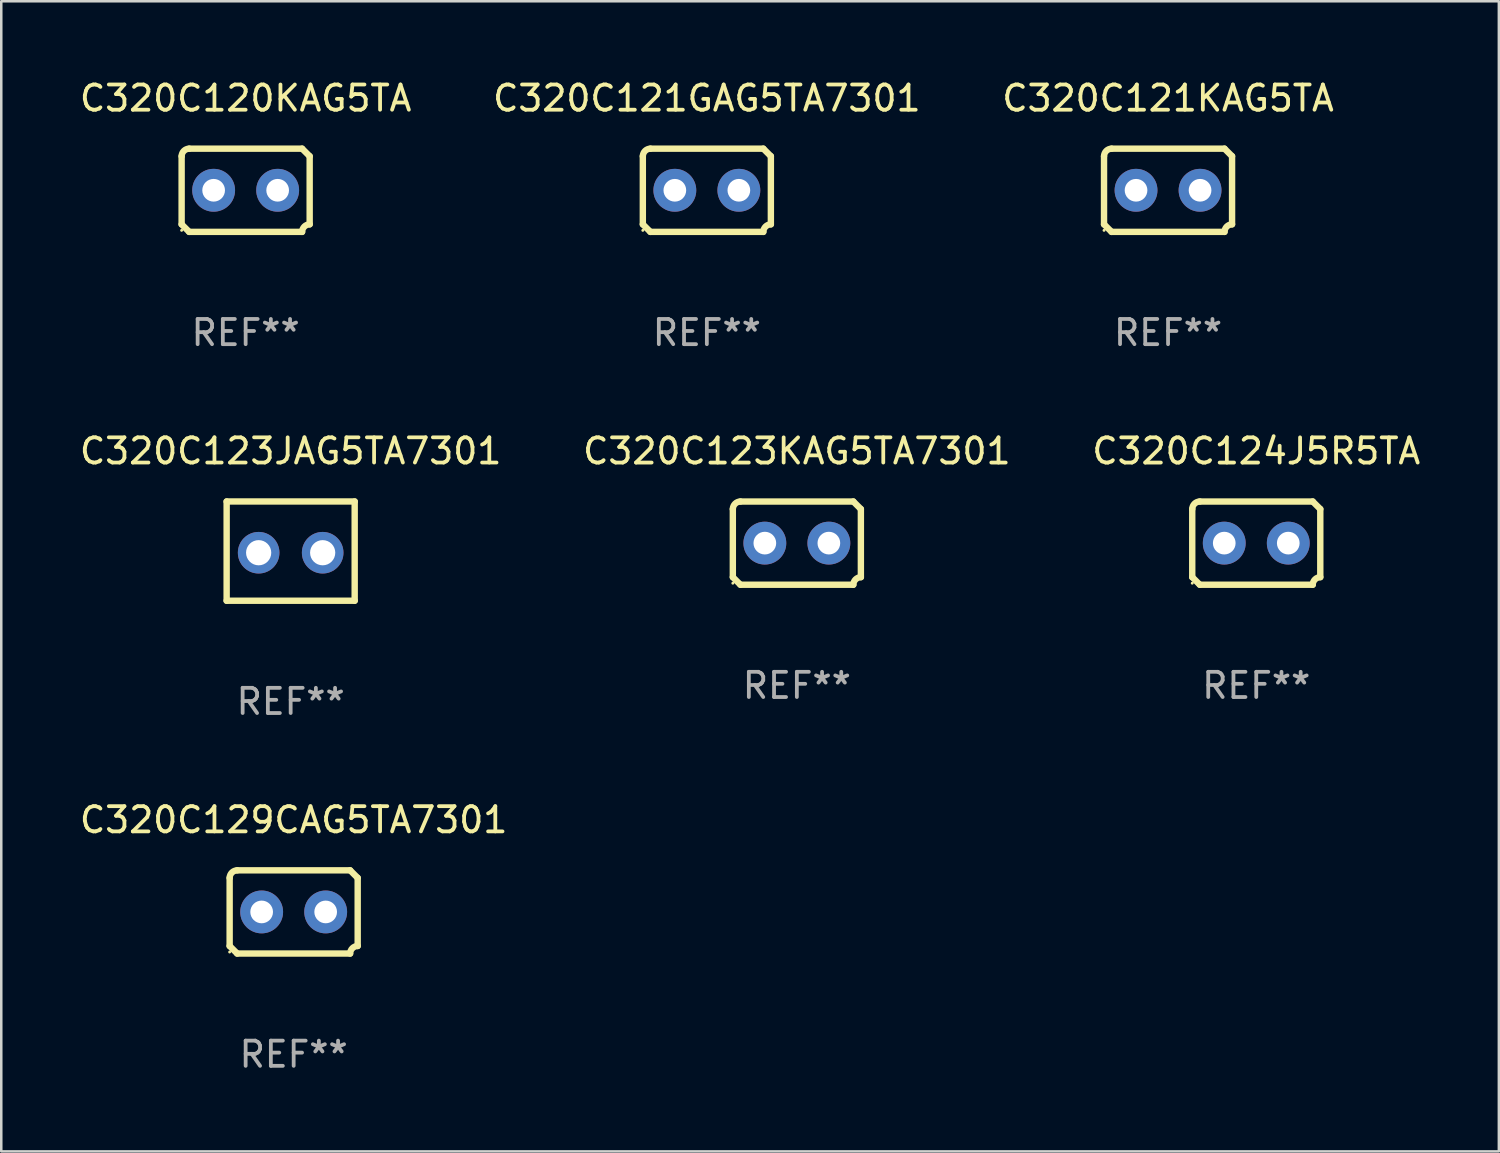
<source format=kicad_pcb>
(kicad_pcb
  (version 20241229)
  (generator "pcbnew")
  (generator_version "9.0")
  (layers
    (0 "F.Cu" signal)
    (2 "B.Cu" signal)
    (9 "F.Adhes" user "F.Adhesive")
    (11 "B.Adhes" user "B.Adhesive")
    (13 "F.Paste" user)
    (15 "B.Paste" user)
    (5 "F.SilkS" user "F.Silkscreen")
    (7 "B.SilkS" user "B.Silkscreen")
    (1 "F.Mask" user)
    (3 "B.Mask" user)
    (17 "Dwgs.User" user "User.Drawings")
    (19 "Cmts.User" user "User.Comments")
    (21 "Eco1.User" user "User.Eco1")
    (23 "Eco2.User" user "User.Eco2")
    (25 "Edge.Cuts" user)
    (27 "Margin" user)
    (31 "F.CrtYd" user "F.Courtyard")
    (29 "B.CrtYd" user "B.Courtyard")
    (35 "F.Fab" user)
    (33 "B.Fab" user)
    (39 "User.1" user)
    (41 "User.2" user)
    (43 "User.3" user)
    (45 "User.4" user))
  (footprint "C320C123JAG5TA7301"
    (layer "F.Cu")
    (at 8.482 18.815)
    (property "Reference" "C320C123JAG5TA7301" (at 0 -3.969 0) (layer "F.SilkS") (effects (font (size 1 1) (thickness 0.15))))
    (attr through_hole)
    (fp_line (start -2.54 -1.969) (end -2.54 1.969) (stroke (width 0.254) (type solid)) (layer "F.SilkS"))
    (fp_line (start -2.54 1.969) (end 2.54 1.969) (stroke (width 0.254) (type solid)) (layer "F.SilkS"))
    (fp_line (start 2.54 -1.969) (end -2.54 -1.969) (stroke (width 0.254) (type solid)) (layer "F.SilkS"))
    (fp_line (start 2.54 1.969) (end 2.54 -1.969) (stroke (width 0.254) (type solid)) (layer "F.SilkS"))
    (fp_circle (center -2.55 1.963) (end -2.52 1.963) (stroke (width 0.06) (type solid)) (fill no) (layer "F.SilkS"))
    (fp_text user "REF**" (at 0 5.969 0) (layer "F.Fab") (effects (font (size 1 1) (thickness 0.15))))
    (pad "1" thru_hole circle (at -1.27 0.064) (size 1.65 1.65) (drill 1) (layers "*.Cu" "*.Mask"))
    (pad "2" thru_hole circle (at 1.27 0.064) (size 1.65 1.65) (drill 1) (layers "*.Cu" "*.Mask")))
  (footprint "C320C120KAG5TA"
    (layer "F.Cu")
    (at 6.696 4.499)
    (property "Reference" "C320C120KAG5TA" (at 0 -3.651 0) (layer "F.SilkS") (effects (font (size 1 1) (thickness 0.15))))
    (attr through_hole)
    (fp_line (start -2.54 -1.351) (end -2.54 1.351) (stroke (width 0.254) (type solid)) (layer "F.SilkS"))
    (fp_line (start -2.24 -1.651) (end 2.24 -1.651) (stroke (width 0.254) (type solid)) (layer "F.SilkS"))
    (fp_line (start 2.24 1.651) (end -2.24 1.651) (stroke (width 0.254) (type solid)) (layer "F.SilkS"))
    (fp_line (start 2.54 1.351) (end 2.54 -1.351) (stroke (width 0.254) (type solid)) (layer "F.SilkS"))
    (fp_arc (start -2.540005 -1.351283) (mid -2.450115 -1.561309) (end -2.240005 -1.651003) (stroke (width 0.254001) (type solid)) (layer "F.SilkS"))
    (fp_arc (start -2.240287 1.651001) (mid -2.390163 1.501019) (end -2.540005 1.351003) (stroke (width 0.254001) (type solid)) (layer "F.SilkS"))
    (fp_arc (start 2.240005 1.651003) (mid 2.329934 1.441015) (end 2.540005 1.351282) (stroke (width 0.254001) (type solid)) (layer "F.SilkS"))
    (fp_arc (start 2.540005 -1.351003) (mid 2.389393 -1.500252) (end 2.240284 -1.651003) (stroke (width 0.254001) (type solid)) (layer "F.SilkS"))
    (fp_circle (center -2.54 1.59) (end -2.51 1.59) (stroke (width 0.06) (type solid)) (fill no) (layer "F.SilkS"))
    (fp_text user "REF**" (at 0 5.651 0) (layer "F.Fab") (effects (font (size 1 1) (thickness 0.15))))
    (pad "1" thru_hole circle (at -1.27 0) (size 1.7 1.7) (drill 0.9) (layers "*.Cu" "*.Mask"))
    (pad "2" thru_hole circle (at 1.27 0) (size 1.7 1.7) (drill 0.9) (layers "*.Cu" "*.Mask")))
  (footprint "C320C129CAG5TA7301"
    (layer "F.Cu")
    (at 8.601 33.131)
    (property "Reference" "C320C129CAG5TA7301" (at 0 -3.651 0) (layer "F.SilkS") (effects (font (size 1 1) (thickness 0.15))))
    (attr through_hole)
    (fp_line (start -2.54 -1.351) (end -2.54 1.351) (stroke (width 0.254) (type solid)) (layer "F.SilkS"))
    (fp_line (start -2.24 -1.651) (end 2.24 -1.651) (stroke (width 0.254) (type solid)) (layer "F.SilkS"))
    (fp_line (start 2.24 1.651) (end -2.24 1.651) (stroke (width 0.254) (type solid)) (layer "F.SilkS"))
    (fp_line (start 2.54 1.351) (end 2.54 -1.351) (stroke (width 0.254) (type solid)) (layer "F.SilkS"))
    (fp_arc (start -2.540005 -1.351283) (mid -2.450115 -1.561309) (end -2.240005 -1.651003) (stroke (width 0.254001) (type solid)) (layer "F.SilkS"))
    (fp_arc (start -2.240287 1.651001) (mid -2.390163 1.501019) (end -2.540005 1.351003) (stroke (width 0.254001) (type solid)) (layer "F.SilkS"))
    (fp_arc (start 2.240005 1.651003) (mid 2.329934 1.441015) (end 2.540005 1.351282) (stroke (width 0.254001) (type solid)) (layer "F.SilkS"))
    (fp_arc (start 2.540005 -1.351003) (mid 2.389393 -1.500252) (end 2.240284 -1.651003) (stroke (width 0.254001) (type solid)) (layer "F.SilkS"))
    (fp_circle (center -2.54 1.59) (end -2.51 1.59) (stroke (width 0.06) (type solid)) (fill no) (layer "F.SilkS"))
    (fp_text user "REF**" (at 0 5.651 0) (layer "F.Fab") (effects (font (size 1 1) (thickness 0.15))))
    (pad "1" thru_hole circle (at -1.27 0) (size 1.7 1.7) (drill 0.9) (layers "*.Cu" "*.Mask"))
    (pad "2" thru_hole circle (at 1.27 0) (size 1.7 1.7) (drill 0.9) (layers "*.Cu" "*.Mask")))
  (footprint "C320C121GAG5TA7301"
    (layer "F.Cu")
    (at 24.994 4.499)
    (property "Reference" "C320C121GAG5TA7301" (at 0 -3.651 0) (layer "F.SilkS") (effects (font (size 1 1) (thickness 0.15))))
    (attr through_hole)
    (fp_line (start -2.54 -1.351) (end -2.54 1.351) (stroke (width 0.254) (type solid)) (layer "F.SilkS"))
    (fp_line (start -2.24 -1.651) (end 2.24 -1.651) (stroke (width 0.254) (type solid)) (layer "F.SilkS"))
    (fp_line (start 2.24 1.651) (end -2.24 1.651) (stroke (width 0.254) (type solid)) (layer "F.SilkS"))
    (fp_line (start 2.54 1.351) (end 2.54 -1.351) (stroke (width 0.254) (type solid)) (layer "F.SilkS"))
    (fp_arc (start -2.540005 -1.351283) (mid -2.450115 -1.561309) (end -2.240005 -1.651003) (stroke (width 0.254001) (type solid)) (layer "F.SilkS"))
    (fp_arc (start -2.240287 1.651001) (mid -2.390163 1.501019) (end -2.540005 1.351003) (stroke (width 0.254001) (type solid)) (layer "F.SilkS"))
    (fp_arc (start 2.240005 1.651003) (mid 2.329934 1.441015) (end 2.540005 1.351282) (stroke (width 0.254001) (type solid)) (layer "F.SilkS"))
    (fp_arc (start 2.540005 -1.351003) (mid 2.389393 -1.500252) (end 2.240284 -1.651003) (stroke (width 0.254001) (type solid)) (layer "F.SilkS"))
    (fp_circle (center -2.54 1.59) (end -2.51 1.59) (stroke (width 0.06) (type solid)) (fill no) (layer "F.SilkS"))
    (fp_text user "REF**" (at 0 5.651 0) (layer "F.Fab") (effects (font (size 1 1) (thickness 0.15))))
    (pad "1" thru_hole circle (at -1.27 0) (size 1.7 1.7) (drill 0.9) (layers "*.Cu" "*.Mask"))
    (pad "2" thru_hole circle (at 1.27 0) (size 1.7 1.7) (drill 0.9) (layers "*.Cu" "*.Mask")))
  (footprint "C320C123KAG5TA7301"
    (layer "F.Cu")
    (at 28.565 18.498)
    (property "Reference" "C320C123KAG5TA7301" (at 0 -3.651 0) (layer "F.SilkS") (effects (font (size 1 1) (thickness 0.15))))
    (attr through_hole)
    (fp_line (start -2.54 -1.351) (end -2.54 1.351) (stroke (width 0.254) (type solid)) (layer "F.SilkS"))
    (fp_line (start -2.24 -1.651) (end 2.24 -1.651) (stroke (width 0.254) (type solid)) (layer "F.SilkS"))
    (fp_line (start 2.24 1.651) (end -2.24 1.651) (stroke (width 0.254) (type solid)) (layer "F.SilkS"))
    (fp_line (start 2.54 1.351) (end 2.54 -1.351) (stroke (width 0.254) (type solid)) (layer "F.SilkS"))
    (fp_arc (start -2.540005 -1.351283) (mid -2.450115 -1.561309) (end -2.240005 -1.651003) (stroke (width 0.254001) (type solid)) (layer "F.SilkS"))
    (fp_arc (start -2.240287 1.651001) (mid -2.390163 1.501019) (end -2.540005 1.351003) (stroke (width 0.254001) (type solid)) (layer "F.SilkS"))
    (fp_arc (start 2.240005 1.651003) (mid 2.329934 1.441015) (end 2.540005 1.351282) (stroke (width 0.254001) (type solid)) (layer "F.SilkS"))
    (fp_arc (start 2.540005 -1.351003) (mid 2.389393 -1.500252) (end 2.240284 -1.651003) (stroke (width 0.254001) (type solid)) (layer "F.SilkS"))
    (fp_circle (center -2.54 1.59) (end -2.51 1.59) (stroke (width 0.06) (type solid)) (fill no) (layer "F.SilkS"))
    (fp_text user "REF**" (at 0 5.651 0) (layer "F.Fab") (effects (font (size 1 1) (thickness 0.15))))
    (pad "1" thru_hole circle (at -1.27 0) (size 1.7 1.7) (drill 0.9) (layers "*.Cu" "*.Mask"))
    (pad "2" thru_hole circle (at 1.27 0) (size 1.7 1.7) (drill 0.9) (layers "*.Cu" "*.Mask")))
  (footprint "C320C124J5R5TA"
    (layer "F.Cu")
    (at 46.792 18.498)
    (property "Reference" "C320C124J5R5TA" (at 0 -3.651 0) (layer "F.SilkS") (effects (font (size 1 1) (thickness 0.15))))
    (attr through_hole)
    (fp_line (start -2.54 -1.351) (end -2.54 1.351) (stroke (width 0.254) (type solid)) (layer "F.SilkS"))
    (fp_line (start -2.24 -1.651) (end 2.24 -1.651) (stroke (width 0.254) (type solid)) (layer "F.SilkS"))
    (fp_line (start 2.24 1.651) (end -2.24 1.651) (stroke (width 0.254) (type solid)) (layer "F.SilkS"))
    (fp_line (start 2.54 1.351) (end 2.54 -1.351) (stroke (width 0.254) (type solid)) (layer "F.SilkS"))
    (fp_arc (start -2.540005 -1.351283) (mid -2.450115 -1.561309) (end -2.240005 -1.651003) (stroke (width 0.254001) (type solid)) (layer "F.SilkS"))
    (fp_arc (start -2.240287 1.651001) (mid -2.390163 1.501019) (end -2.540005 1.351003) (stroke (width 0.254001) (type solid)) (layer "F.SilkS"))
    (fp_arc (start 2.240005 1.651003) (mid 2.329934 1.441015) (end 2.540005 1.351282) (stroke (width 0.254001) (type solid)) (layer "F.SilkS"))
    (fp_arc (start 2.540005 -1.351003) (mid 2.389393 -1.500252) (end 2.240284 -1.651003) (stroke (width 0.254001) (type solid)) (layer "F.SilkS"))
    (fp_circle (center -2.54 1.59) (end -2.51 1.59) (stroke (width 0.06) (type solid)) (fill no) (layer "F.SilkS"))
    (fp_text user "REF**" (at 0 5.651 0) (layer "F.Fab") (effects (font (size 1 1) (thickness 0.15))))
    (pad "1" thru_hole circle (at -1.27 0) (size 1.7 1.7) (drill 0.9) (layers "*.Cu" "*.Mask"))
    (pad "2" thru_hole circle (at 1.27 0) (size 1.7 1.7) (drill 0.9) (layers "*.Cu" "*.Mask")))
  (footprint "C320C121KAG5TA"
    (layer "F.Cu")
    (at 43.292 4.499)
    (property "Reference" "C320C121KAG5TA" (at 0 -3.651 0) (layer "F.SilkS") (effects (font (size 1 1) (thickness 0.15))))
    (attr through_hole)
    (fp_line (start -2.54 -1.351) (end -2.54 1.351) (stroke (width 0.254) (type solid)) (layer "F.SilkS"))
    (fp_line (start -2.24 -1.651) (end 2.24 -1.651) (stroke (width 0.254) (type solid)) (layer "F.SilkS"))
    (fp_line (start 2.24 1.651) (end -2.24 1.651) (stroke (width 0.254) (type solid)) (layer "F.SilkS"))
    (fp_line (start 2.54 1.351) (end 2.54 -1.351) (stroke (width 0.254) (type solid)) (layer "F.SilkS"))
    (fp_arc (start -2.540005 -1.351283) (mid -2.450115 -1.561309) (end -2.240005 -1.651003) (stroke (width 0.254001) (type solid)) (layer "F.SilkS"))
    (fp_arc (start -2.240287 1.651001) (mid -2.390163 1.501019) (end -2.540005 1.351003) (stroke (width 0.254001) (type solid)) (layer "F.SilkS"))
    (fp_arc (start 2.240005 1.651003) (mid 2.329934 1.441015) (end 2.540005 1.351282) (stroke (width 0.254001) (type solid)) (layer "F.SilkS"))
    (fp_arc (start 2.540005 -1.351003) (mid 2.389393 -1.500252) (end 2.240284 -1.651003) (stroke (width 0.254001) (type solid)) (layer "F.SilkS"))
    (fp_circle (center -2.54 1.59) (end -2.51 1.59) (stroke (width 0.06) (type solid)) (fill no) (layer "F.SilkS"))
    (fp_text user "REF**" (at 0 5.651 0) (layer "F.Fab") (effects (font (size 1 1) (thickness 0.15))))
    (pad "1" thru_hole circle (at -1.27 0) (size 1.7 1.7) (drill 0.9) (layers "*.Cu" "*.Mask"))
    (pad "2" thru_hole circle (at 1.27 0) (size 1.7 1.7) (drill 0.9) (layers "*.Cu" "*.Mask")))
  (gr_rect
    (start -3 -3)
    (end 56.417 42.631)
    (stroke (width 0.1) (type default))
    (fill no)
    (layer "Edge.Cuts")))
</source>
